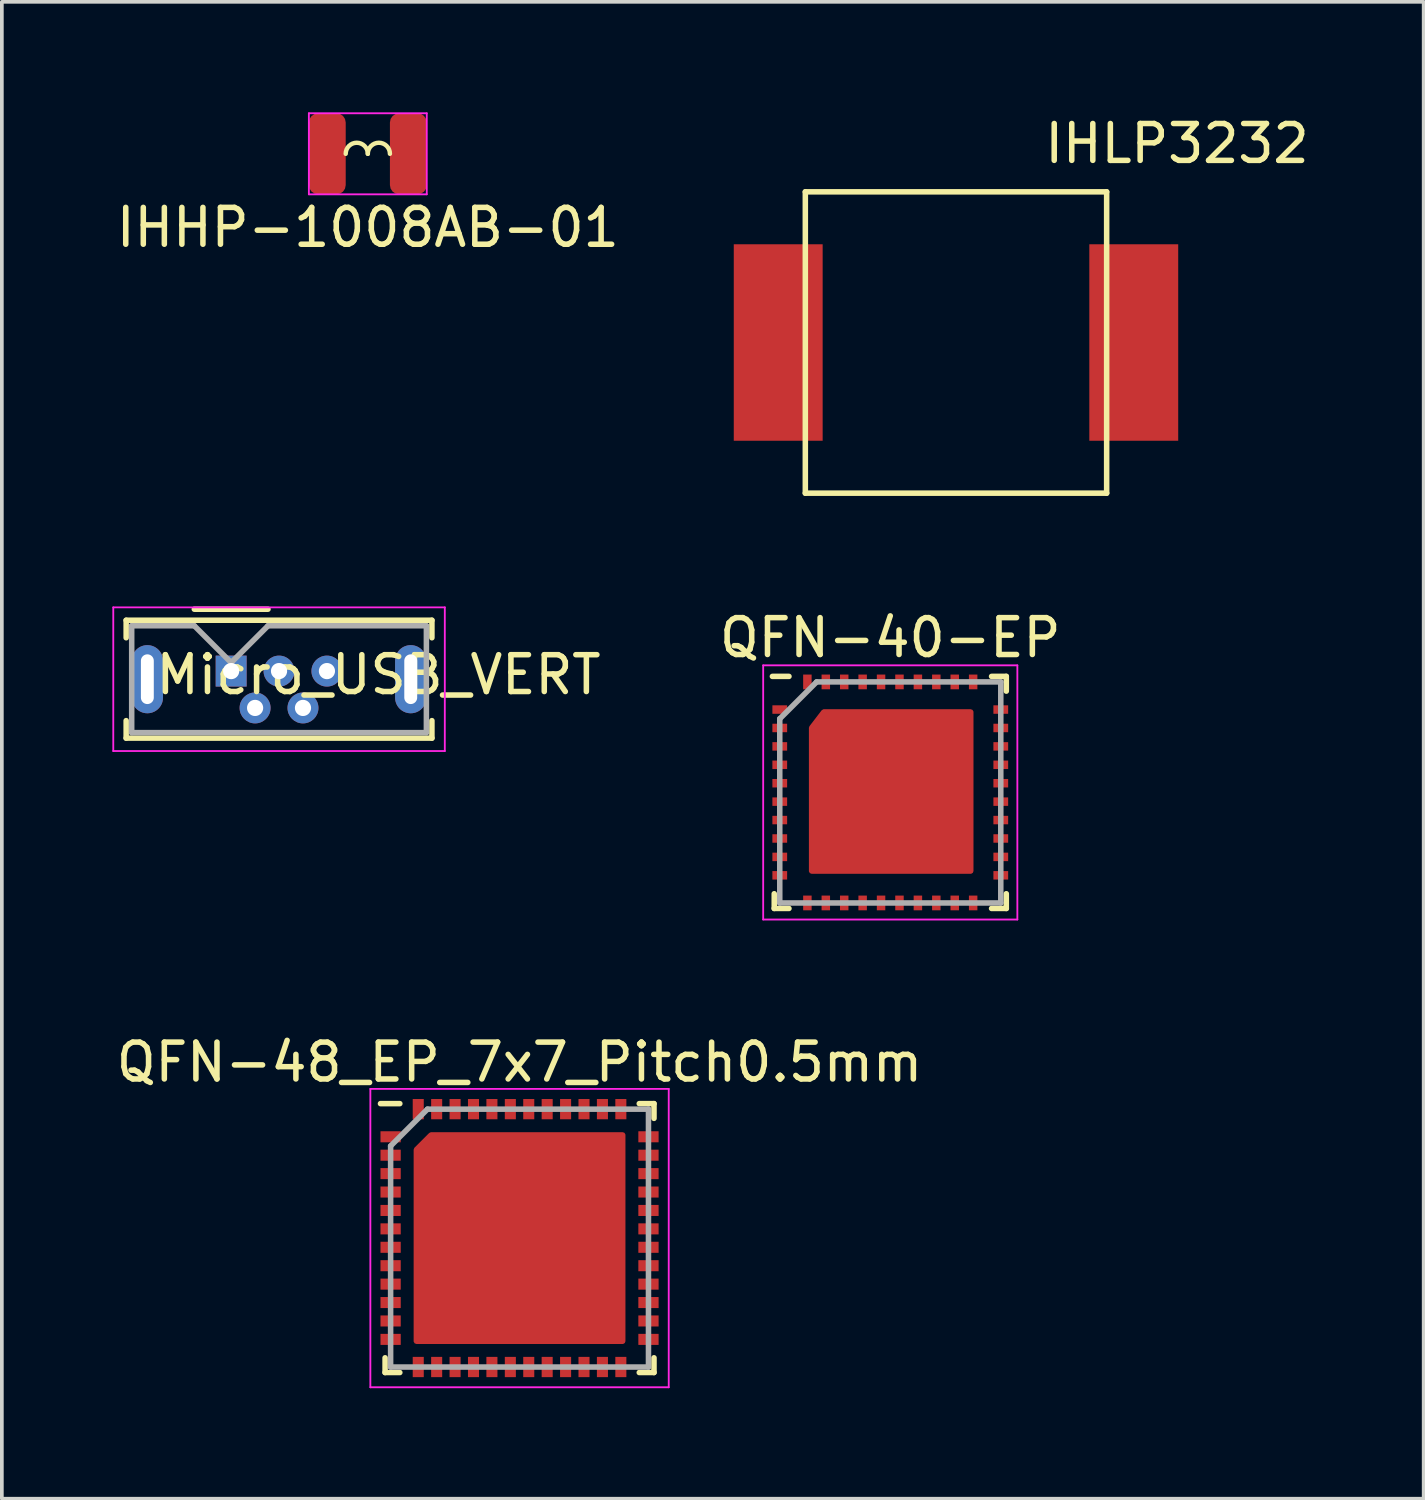
<source format=kicad_pcb>
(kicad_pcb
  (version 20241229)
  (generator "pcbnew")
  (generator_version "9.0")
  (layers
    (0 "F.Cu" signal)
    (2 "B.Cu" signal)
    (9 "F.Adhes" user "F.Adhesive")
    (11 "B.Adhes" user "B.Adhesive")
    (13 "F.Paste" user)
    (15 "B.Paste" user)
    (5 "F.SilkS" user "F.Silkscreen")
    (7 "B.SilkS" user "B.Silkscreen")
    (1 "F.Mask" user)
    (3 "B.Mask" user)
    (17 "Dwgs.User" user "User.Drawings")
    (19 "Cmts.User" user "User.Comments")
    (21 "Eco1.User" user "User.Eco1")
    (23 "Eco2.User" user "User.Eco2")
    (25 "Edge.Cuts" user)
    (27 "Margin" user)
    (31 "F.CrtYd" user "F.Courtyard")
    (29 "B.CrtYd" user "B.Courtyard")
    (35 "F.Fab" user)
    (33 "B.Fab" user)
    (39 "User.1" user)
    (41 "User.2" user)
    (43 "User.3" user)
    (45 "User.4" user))
  (footprint "Micro_USB_VERT"
    (layer "F.Cu")
    (at 3.225 15.168)
    (property "Reference" "Micro_USB_VERT" (at 4 0.1 0) (layer "F.SilkS") (effects (font (size 1 1) (thickness 0.15))))
    (attr through_hole)
    (fp_line (start -2.85 -1.38) (end 5.45 -1.38) (stroke (width 0.15) (type solid)) (layer "F.SilkS"))
    (fp_line (start -2.85 -0.905) (end -2.85 -1.38) (stroke (width 0.15) (type solid)) (layer "F.SilkS"))
    (fp_line (start -2.85 1.345) (end -2.85 1.82) (stroke (width 0.15) (type solid)) (layer "F.SilkS"))
    (fp_line (start -2.85 1.82) (end 5.45 1.82) (stroke (width 0.15) (type solid)) (layer "F.SilkS"))
    (fp_line (start -1 -1.68) (end 1 -1.68) (stroke (width 0.15) (type solid)) (layer "F.SilkS"))
    (fp_line (start 5.45 -1.38) (end 5.45 -0.905) (stroke (width 0.15) (type solid)) (layer "F.SilkS"))
    (fp_line (start 5.45 1.82) (end 5.45 1.345) (stroke (width 0.15) (type solid)) (layer "F.SilkS"))
    (fp_line (start -3.2 -1.73) (end -3.2 2.17) (stroke (width 0.05) (type solid)) (layer "F.CrtYd"))
    (fp_line (start -3.2 2.17) (end 5.8 2.17) (stroke (width 0.05) (type solid)) (layer "F.CrtYd"))
    (fp_line (start 5.8 -1.73) (end -3.2 -1.73) (stroke (width 0.05) (type solid)) (layer "F.CrtYd"))
    (fp_line (start 5.8 2.17) (end 5.8 -1.73) (stroke (width 0.05) (type solid)) (layer "F.CrtYd"))
    (fp_line (start -2.7 -1.23) (end -1 -1.23) (stroke (width 0.15) (type solid)) (layer "F.Fab"))
    (fp_line (start -2.7 1.67) (end -2.7 -1.23) (stroke (width 0.15) (type solid)) (layer "F.Fab"))
    (fp_line (start -1 -1.23) (end 0 -0.23) (stroke (width 0.15) (type solid)) (layer "F.Fab"))
    (fp_line (start 0 -0.23) (end 1 -1.23) (stroke (width 0.15) (type solid)) (layer "F.Fab"))
    (fp_line (start 1 -1.23) (end 5.3 -1.23) (stroke (width 0.15) (type solid)) (layer "F.Fab"))
    (fp_line (start 5.3 -1.23) (end 5.3 1.67) (stroke (width 0.15) (type solid)) (layer "F.Fab"))
    (fp_line (start 5.3 1.67) (end -2.7 1.67) (stroke (width 0.15) (type solid)) (layer "F.Fab"))
    (pad "1" thru_hole rect (at 0 0) (size 0.84 0.84) (drill 0.44) (layers "*.Cu" "*.Mask"))
    (pad "2" thru_hole circle (at 0.65 1) (size 0.84 0.84) (drill 0.44) (layers "*.Cu" "*.Mask"))
    (pad "3" thru_hole circle (at 1.3 0) (size 0.84 0.84) (drill 0.44) (layers "*.Cu" "*.Mask"))
    (pad "4" thru_hole circle (at 1.95 1) (size 0.84 0.84) (drill 0.44) (layers "*.Cu" "*.Mask"))
    (pad "5" thru_hole circle (at 2.6 0) (size 0.84 0.84) (drill 0.44) (layers "*.Cu" "*.Mask"))
    (pad "6" thru_hole oval (at -2.275 0.22) (size 0.85 1.85) (drill oval 0.35 1.35) (layers "*.Cu" "*.Mask"))
    (pad "6" thru_hole oval (at 4.875 0.22) (size 0.85 1.85) (drill oval 0.35 1.35) (layers "*.Cu" "*.Mask")))
  (footprint "QFN-40-EP"
    (layer "F.Cu")
    (at 21.118 18.462)
    (property "Reference" "QFN-40-EP" (at 0 -4.2 0) (layer "F.SilkS") (effects (font (size 1 1) (thickness 0.15))))
    (attr smd)
    (fp_line (start -3.15 3.15) (end -3.15 2.75) (stroke (width 0.15) (type solid)) (layer "F.SilkS"))
    (fp_line (start -2.75 -3.15) (end -3.2 -3.15) (stroke (width 0.15) (type solid)) (layer "F.SilkS"))
    (fp_line (start -2.75 3.15) (end -3.15 3.15) (stroke (width 0.15) (type solid)) (layer "F.SilkS"))
    (fp_line (start 2.75 -3.15) (end 3.15 -3.15) (stroke (width 0.15) (type solid)) (layer "F.SilkS"))
    (fp_line (start 2.75 3.15) (end 3.15 3.15) (stroke (width 0.15) (type solid)) (layer "F.SilkS"))
    (fp_line (start 3.15 -3.15) (end 3.15 -2.75) (stroke (width 0.15) (type solid)) (layer "F.SilkS"))
    (fp_line (start 3.15 3.15) (end 3.15 2.75) (stroke (width 0.15) (type solid)) (layer "F.SilkS"))
    (fp_line (start -3.45 -3.45) (end 3.45 -3.45) (stroke (width 0.05) (type solid)) (layer "F.CrtYd"))
    (fp_line (start -3.45 3.45) (end -3.45 -3.45) (stroke (width 0.05) (type solid)) (layer "F.CrtYd"))
    (fp_line (start 3.45 -3.45) (end 3.45 3.45) (stroke (width 0.05) (type solid)) (layer "F.CrtYd"))
    (fp_line (start 3.45 3.45) (end -3.45 3.45) (stroke (width 0.05) (type solid)) (layer "F.CrtYd"))
    (fp_line (start -3 -2) (end -3 3) (stroke (width 0.15) (type solid)) (layer "F.Fab"))
    (fp_line (start -3 3) (end 3 3) (stroke (width 0.15) (type solid)) (layer "F.Fab"))
    (fp_line (start -2 -3) (end -3 -2) (stroke (width 0.15) (type solid)) (layer "F.Fab"))
    (fp_line (start 3 -3) (end -2 -3) (stroke (width 0.15) (type solid)) (layer "F.Fab"))
    (fp_line (start 3 3) (end 3 -3) (stroke (width 0.15) (type solid)) (layer "F.Fab"))
    (pad "1" smd rect (at -3 -2.25 90) (size 0.23 0.4) (layers "F.Cu" "F.Mask" "F.Paste"))
    (pad "2" smd rect (at -3 -1.75 90) (size 0.23 0.4) (layers "F.Cu" "F.Mask" "F.Paste"))
    (pad "3" smd rect (at -3 -1.25 90) (size 0.23 0.4) (layers "F.Cu" "F.Mask" "F.Paste"))
    (pad "4" smd rect (at -3 -0.75 90) (size 0.23 0.4) (layers "F.Cu" "F.Mask" "F.Paste"))
    (pad "5" smd rect (at -3 -0.25 90) (size 0.23 0.4) (layers "F.Cu" "F.Mask" "F.Paste"))
    (pad "6" smd rect (at -3 0.25 90) (size 0.23 0.4) (layers "F.Cu" "F.Mask" "F.Paste"))
    (pad "7" smd rect (at -3 0.75 90) (size 0.23 0.4) (layers "F.Cu" "F.Mask" "F.Paste"))
    (pad "8" smd rect (at -3 1.25 90) (size 0.23 0.4) (layers "F.Cu" "F.Mask" "F.Paste"))
    (pad "9" smd rect (at -3 1.75 90) (size 0.23 0.4) (layers "F.Cu" "F.Mask" "F.Paste"))
    (pad "10" smd rect (at -3 2.25 90) (size 0.23 0.4) (layers "F.Cu" "F.Mask" "F.Paste"))
    (pad "11" smd rect (at -2.25 3) (size 0.23 0.4) (layers "F.Cu" "F.Mask" "F.Paste"))
    (pad "12" smd rect (at -1.75 3) (size 0.23 0.4) (layers "F.Cu" "F.Mask" "F.Paste"))
    (pad "13" smd rect (at -1.25 3) (size 0.23 0.4) (layers "F.Cu" "F.Mask" "F.Paste"))
    (pad "14" smd rect (at -0.75 3) (size 0.23 0.4) (layers "F.Cu" "F.Mask" "F.Paste"))
    (pad "15" smd rect (at -0.25 3) (size 0.23 0.4) (layers "F.Cu" "F.Mask" "F.Paste"))
    (pad "16" smd rect (at 0.25 3) (size 0.23 0.4) (layers "F.Cu" "F.Mask" "F.Paste"))
    (pad "17" smd rect (at 0.75 3) (size 0.23 0.4) (layers "F.Cu" "F.Mask" "F.Paste"))
    (pad "18" smd rect (at 1.25 3) (size 0.23 0.4) (layers "F.Cu" "F.Mask" "F.Paste"))
    (pad "19" smd rect (at 1.75 3) (size 0.23 0.4) (layers "F.Cu" "F.Mask" "F.Paste"))
    (pad "20" smd rect (at 2.25 3) (size 0.23 0.4) (layers "F.Cu" "F.Mask" "F.Paste"))
    (pad "21" smd rect (at 3 2.25 90) (size 0.23 0.4) (layers "F.Cu" "F.Mask" "F.Paste"))
    (pad "22" smd rect (at 3 1.75 90) (size 0.23 0.4) (layers "F.Cu" "F.Mask" "F.Paste"))
    (pad "23" smd rect (at 3 1.25 90) (size 0.23 0.4) (layers "F.Cu" "F.Mask" "F.Paste"))
    (pad "24" smd rect (at 3 0.75 90) (size 0.23 0.4) (layers "F.Cu" "F.Mask" "F.Paste"))
    (pad "25" smd rect (at 3 0.25 90) (size 0.23 0.4) (layers "F.Cu" "F.Mask" "F.Paste"))
    (pad "26" smd rect (at 3 -0.25 90) (size 0.23 0.4) (layers "F.Cu" "F.Mask" "F.Paste"))
    (pad "27" smd rect (at 3 -0.75 90) (size 0.23 0.4) (layers "F.Cu" "F.Mask" "F.Paste"))
    (pad "28" smd rect (at 3 -1.25 90) (size 0.23 0.4) (layers "F.Cu" "F.Mask" "F.Paste"))
    (pad "29" smd rect (at 3 -1.75 90) (size 0.23 0.4) (layers "F.Cu" "F.Mask" "F.Paste"))
    (pad "30" smd rect (at 3 -2.25 90) (size 0.23 0.4) (layers "F.Cu" "F.Mask" "F.Paste"))
    (pad "31" smd rect (at 2.25 -3) (size 0.23 0.4) (layers "F.Cu" "F.Mask" "F.Paste"))
    (pad "32" smd rect (at 1.75 -3) (size 0.23 0.4) (layers "F.Cu" "F.Mask" "F.Paste"))
    (pad "33" smd rect (at 1.25 -3) (size 0.23 0.4) (layers "F.Cu" "F.Mask" "F.Paste"))
    (pad "34" smd rect (at 0.75 -3) (size 0.23 0.4) (layers "F.Cu" "F.Mask" "F.Paste"))
    (pad "35" smd rect (at 0.25 -3) (size 0.23 0.4) (layers "F.Cu" "F.Mask" "F.Paste"))
    (pad "36" smd rect (at -0.25 -3) (size 0.23 0.4) (layers "F.Cu" "F.Mask" "F.Paste"))
    (pad "37" smd rect (at -0.75 -3) (size 0.23 0.4) (layers "F.Cu" "F.Mask" "F.Paste"))
    (pad "38" smd rect (at -1.25 -3) (size 0.23 0.4) (layers "F.Cu" "F.Mask" "F.Paste"))
    (pad "39" smd rect (at -1.75 -3) (size 0.23 0.4) (layers "F.Cu" "F.Mask" "F.Paste"))
    (pad "40" smd rect (at -2.25 -3) (size 0.23 0.4) (layers "F.Cu" "F.Mask" "F.Paste"))
    (pad "PAD" smd custom (at 0 0) (size 2.15 2.15) (layers "F.Cu" "F.Mask" "F.Paste") (options (anchor rect)) (primitives (gr_poly (pts (xy -2.134 2.134) (xy 2.184 2.134) (xy 2.184 -2.184) (xy -1.803 -2.184) (xy -2.134 -1.753)) (width 0.15) (fill yes)))))
  (footprint "IHLP3232"
    (layer "F.Cu")
    (at 22.902 6.248)
    (property "Reference" "IHLP3232" (at 6 -5.4 0) (layer "F.SilkS") (effects (font (size 1 1) (thickness 0.15))))
    (attr through_hole)
    (fp_line (start -4.09 -4.09) (end -4.09 4.09) (stroke (width 0.15) (type solid)) (layer "F.SilkS"))
    (fp_line (start -4.09 4.09) (end 4.09 4.09) (stroke (width 0.15) (type solid)) (layer "F.SilkS"))
    (fp_line (start 4.09 -4.09) (end -4.09 -4.09) (stroke (width 0.15) (type solid)) (layer "F.SilkS"))
    (fp_line (start 4.09 4.09) (end 4.09 -4.09) (stroke (width 0.15) (type solid)) (layer "F.SilkS"))
    (pad "1" smd rect (at -4.826 0) (size 2.413 5.334) (layers "F.Cu" "F.Mask" "F.Paste"))
    (pad "2" smd rect (at 4.826 0) (size 2.413 5.334) (layers "F.Cu" "F.Mask" "F.Paste")))
  (footprint "QFN-48_EP_7x7_Pitch0.5mm"
    (layer "F.Cu")
    (at 11.054 30.56)
    (property "Reference" "QFN-48_EP_7x7_Pitch0.5mm" (at 0 -4.775 0) (layer "F.SilkS") (effects (font (size 1 1) (thickness 0.15))))
    (attr smd)
    (fp_line (start -3.65 3.65) (end -3.65 3.25) (stroke (width 0.15) (type solid)) (layer "F.SilkS"))
    (fp_line (start -3.25 -3.65) (end -3.775 -3.65) (stroke (width 0.15) (type solid)) (layer "F.SilkS"))
    (fp_line (start -3.25 3.65) (end -3.65 3.65) (stroke (width 0.15) (type solid)) (layer "F.SilkS"))
    (fp_line (start 3.25 -3.65) (end 3.65 -3.65) (stroke (width 0.15) (type solid)) (layer "F.SilkS"))
    (fp_line (start 3.25 3.65) (end 3.65 3.65) (stroke (width 0.15) (type solid)) (layer "F.SilkS"))
    (fp_line (start 3.65 -3.65) (end 3.65 -3.25) (stroke (width 0.15) (type solid)) (layer "F.SilkS"))
    (fp_line (start 3.65 3.65) (end 3.65 3.25) (stroke (width 0.15) (type solid)) (layer "F.SilkS"))
    (fp_line (start -4.05 -4.05) (end 4.05 -4.05) (stroke (width 0.05) (type solid)) (layer "F.CrtYd"))
    (fp_line (start -4.05 4.05) (end -4.05 -4.05) (stroke (width 0.05) (type solid)) (layer "F.CrtYd"))
    (fp_line (start 4.05 -4.05) (end 4.05 4.05) (stroke (width 0.05) (type solid)) (layer "F.CrtYd"))
    (fp_line (start 4.05 4.05) (end -4.05 4.05) (stroke (width 0.05) (type solid)) (layer "F.CrtYd"))
    (fp_line (start -3.5 -2.5) (end -3.5 3.5) (stroke (width 0.15) (type solid)) (layer "F.Fab"))
    (fp_line (start -3.5 3.5) (end 3.5 3.5) (stroke (width 0.15) (type solid)) (layer "F.Fab"))
    (fp_line (start -2.5 -3.5) (end -3.5 -2.5) (stroke (width 0.15) (type solid)) (layer "F.Fab"))
    (fp_line (start 3.5 -3.5) (end -2.5 -3.5) (stroke (width 0.15) (type solid)) (layer "F.Fab"))
    (fp_line (start 3.5 3.5) (end 3.5 -3.5) (stroke (width 0.15) (type solid)) (layer "F.Fab"))
    (pad "1" smd rect (at -3.5 -2.75 90) (size 0.3 0.55) (layers "F.Cu" "F.Mask" "F.Paste"))
    (pad "2" smd rect (at -3.5 -2.25 90) (size 0.3 0.55) (layers "F.Cu" "F.Mask" "F.Paste"))
    (pad "3" smd rect (at -3.5 -1.75 90) (size 0.3 0.55) (layers "F.Cu" "F.Mask" "F.Paste"))
    (pad "4" smd rect (at -3.5 -1.25 90) (size 0.3 0.55) (layers "F.Cu" "F.Mask" "F.Paste"))
    (pad "5" smd rect (at -3.5 -0.75 90) (size 0.3 0.55) (layers "F.Cu" "F.Mask" "F.Paste"))
    (pad "6" smd rect (at -3.5 -0.25 90) (size 0.3 0.55) (layers "F.Cu" "F.Mask" "F.Paste"))
    (pad "7" smd rect (at -3.5 0.25 90) (size 0.3 0.55) (layers "F.Cu" "F.Mask" "F.Paste"))
    (pad "8" smd rect (at -3.5 0.75 90) (size 0.3 0.55) (layers "F.Cu" "F.Mask" "F.Paste"))
    (pad "9" smd rect (at -3.5 1.25 90) (size 0.3 0.55) (layers "F.Cu" "F.Mask" "F.Paste"))
    (pad "10" smd rect (at -3.5 1.75 90) (size 0.3 0.55) (layers "F.Cu" "F.Mask" "F.Paste"))
    (pad "11" smd rect (at -3.5 2.25 90) (size 0.3 0.55) (layers "F.Cu" "F.Mask" "F.Paste"))
    (pad "12" smd rect (at -3.5 2.75 90) (size 0.3 0.55) (layers "F.Cu" "F.Mask" "F.Paste"))
    (pad "13" smd rect (at -2.75 3.5) (size 0.3 0.55) (layers "F.Cu" "F.Mask" "F.Paste"))
    (pad "14" smd rect (at -2.25 3.5) (size 0.3 0.55) (layers "F.Cu" "F.Mask" "F.Paste"))
    (pad "15" smd rect (at -1.75 3.5) (size 0.3 0.55) (layers "F.Cu" "F.Mask" "F.Paste"))
    (pad "16" smd rect (at -1.25 3.5) (size 0.3 0.55) (layers "F.Cu" "F.Mask" "F.Paste"))
    (pad "17" smd rect (at -0.75 3.5) (size 0.3 0.55) (layers "F.Cu" "F.Mask" "F.Paste"))
    (pad "18" smd rect (at -0.25 3.5) (size 0.3 0.55) (layers "F.Cu" "F.Mask" "F.Paste"))
    (pad "19" smd rect (at 0.25 3.5) (size 0.3 0.55) (layers "F.Cu" "F.Mask" "F.Paste"))
    (pad "20" smd rect (at 0.75 3.5) (size 0.3 0.55) (layers "F.Cu" "F.Mask" "F.Paste"))
    (pad "21" smd rect (at 1.25 3.5) (size 0.3 0.55) (layers "F.Cu" "F.Mask" "F.Paste"))
    (pad "22" smd rect (at 1.75 3.5) (size 0.3 0.55) (layers "F.Cu" "F.Mask" "F.Paste"))
    (pad "23" smd rect (at 2.25 3.5) (size 0.3 0.55) (layers "F.Cu" "F.Mask" "F.Paste"))
    (pad "24" smd rect (at 2.75 3.5) (size 0.3 0.55) (layers "F.Cu" "F.Mask" "F.Paste"))
    (pad "25" smd rect (at 3.5 2.75 90) (size 0.3 0.55) (layers "F.Cu" "F.Mask" "F.Paste"))
    (pad "26" smd rect (at 3.5 2.25 90) (size 0.3 0.55) (layers "F.Cu" "F.Mask" "F.Paste"))
    (pad "27" smd rect (at 3.5 1.75 90) (size 0.3 0.55) (layers "F.Cu" "F.Mask" "F.Paste"))
    (pad "28" smd rect (at 3.5 1.25 90) (size 0.3 0.55) (layers "F.Cu" "F.Mask" "F.Paste"))
    (pad "29" smd rect (at 3.5 0.75 90) (size 0.3 0.55) (layers "F.Cu" "F.Mask" "F.Paste"))
    (pad "30" smd rect (at 3.5 0.25 90) (size 0.3 0.55) (layers "F.Cu" "F.Mask" "F.Paste"))
    (pad "31" smd rect (at 3.5 -0.25 90) (size 0.3 0.55) (layers "F.Cu" "F.Mask" "F.Paste"))
    (pad "32" smd rect (at 3.5 -0.75 90) (size 0.3 0.55) (layers "F.Cu" "F.Mask" "F.Paste"))
    (pad "33" smd rect (at 3.5 -1.25 90) (size 0.3 0.55) (layers "F.Cu" "F.Mask" "F.Paste"))
    (pad "34" smd rect (at 3.5 -1.75 90) (size 0.3 0.55) (layers "F.Cu" "F.Mask" "F.Paste"))
    (pad "35" smd rect (at 3.5 -2.25 90) (size 0.3 0.55) (layers "F.Cu" "F.Mask" "F.Paste"))
    (pad "36" smd rect (at 3.5 -2.75 90) (size 0.3 0.55) (layers "F.Cu" "F.Mask" "F.Paste"))
    (pad "37" smd rect (at 2.75 -3.5) (size 0.3 0.55) (layers "F.Cu" "F.Mask" "F.Paste"))
    (pad "38" smd rect (at 2.25 -3.5) (size 0.3 0.55) (layers "F.Cu" "F.Mask" "F.Paste"))
    (pad "39" smd rect (at 1.75 -3.5) (size 0.3 0.55) (layers "F.Cu" "F.Mask" "F.Paste"))
    (pad "40" smd rect (at 1.25 -3.5) (size 0.3 0.55) (layers "F.Cu" "F.Mask" "F.Paste"))
    (pad "41" smd rect (at 0.75 -3.5) (size 0.3 0.55) (layers "F.Cu" "F.Mask" "F.Paste"))
    (pad "42" smd rect (at 0.25 -3.5) (size 0.3 0.55) (layers "F.Cu" "F.Mask" "F.Paste"))
    (pad "43" smd rect (at -0.25 -3.5) (size 0.3 0.55) (layers "F.Cu" "F.Mask" "F.Paste"))
    (pad "44" smd rect (at -0.75 -3.5) (size 0.3 0.55) (layers "F.Cu" "F.Mask" "F.Paste"))
    (pad "45" smd rect (at -1.25 -3.5) (size 0.3 0.55) (layers "F.Cu" "F.Mask" "F.Paste"))
    (pad "46" smd rect (at -1.75 -3.5) (size 0.3 0.55) (layers "F.Cu" "F.Mask" "F.Paste"))
    (pad "47" smd rect (at -2.25 -3.5) (size 0.3 0.55) (layers "F.Cu" "F.Mask" "F.Paste"))
    (pad "48" smd rect (at -2.75 -3.5) (size 0.3 0.55) (layers "F.Cu" "F.Mask" "F.Paste"))
    (pad "E_PAD" smd custom (at 0 0) (size 2.8 2.8) (layers "F.Cu" "F.Mask" "F.Paste") (options (anchor rect)) (primitives (gr_poly (pts (xy -2.8 -2.4) (xy -2.4 -2.8) (xy 2.8 -2.8) (xy 2.8 2.8) (xy -2.8 2.8)) (width 0.15) (fill yes)))))
  (footprint "IHHP-1008AB-01"
    (layer "F.Cu")
    (at 6.935 1.125)
    (property "Reference" "IHHP-1008AB-01" (at 0 2 0) (layer "F.SilkS") (effects (font (size 1 1) (thickness 0.15))))
    (attr through_hole)
    (fp_arc (start -0.6 0) (mid -0.3 -0.3) (end 0 0) (stroke (width 0.12) (type solid)) (layer "F.SilkS"))
    (fp_arc (start 0 0) (mid 0.3 -0.3) (end 0.6 0) (stroke (width 0.12) (type solid)) (layer "F.SilkS"))
    (fp_line (start -1.6 -1.1) (end 1.6 -1.1) (stroke (width 0.05) (type solid)) (layer "F.CrtYd"))
    (fp_line (start -1.6 1.1) (end -1.6 -1.1) (stroke (width 0.05) (type solid)) (layer "F.CrtYd"))
    (fp_line (start 1.6 -1.1) (end 1.6 1.1) (stroke (width 0.05) (type solid)) (layer "F.CrtYd"))
    (fp_line (start 1.6 1.1) (end -1.6 1.1) (stroke (width 0.05) (type solid)) (layer "F.CrtYd"))
    (pad "1" smd roundrect (at -1.1 0) (size 1 2.2) (layers "F.Cu" "F.Mask" "F.Paste") (roundrect_rratio 0.25))
    (pad "2" smd roundrect (at 1.1 0) (size 1 2.2) (layers "F.Cu" "F.Mask" "F.Paste") (roundrect_rratio 0.25)))
  (gr_rect
    (start -3 -3)
    (end 35.598 37.635)
    (stroke (width 0.1) (type default))
    (fill no)
    (layer "Edge.Cuts")))
</source>
